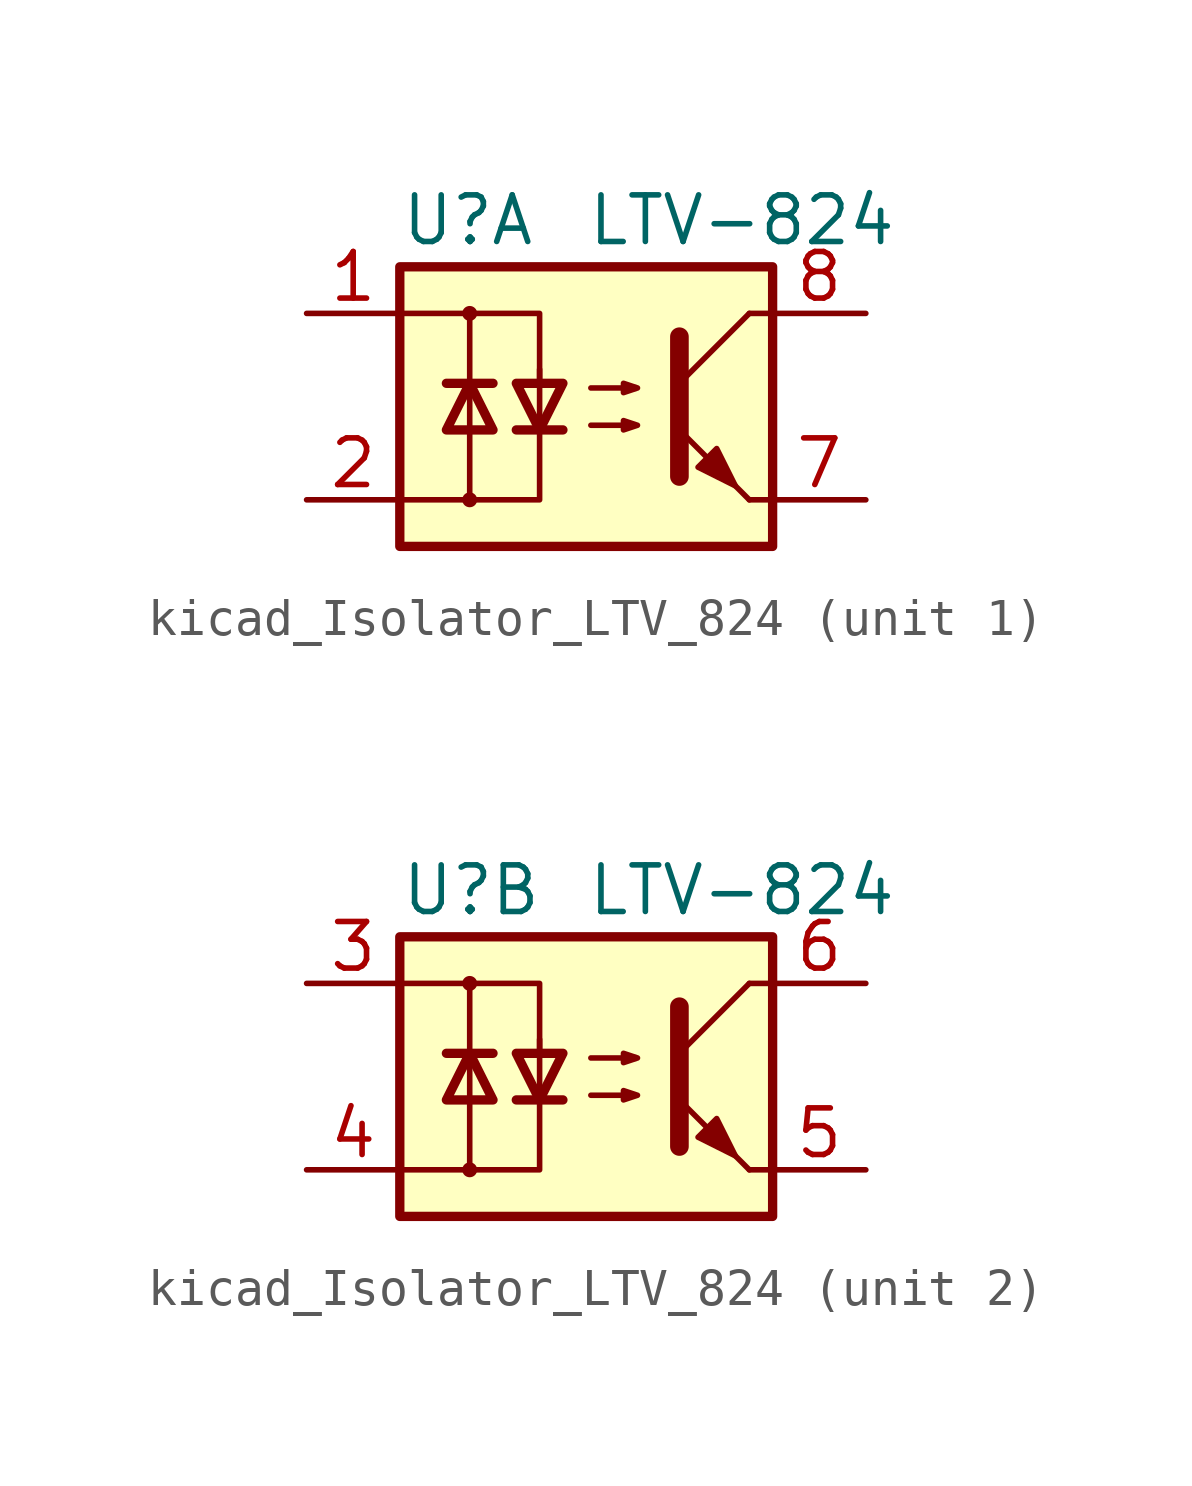
<source format=kicad_sym>
(kicad_symbol_lib
  (version 20220914)
  (generator kicad_symbol_editor)
  (symbol "kicad_Isolator_LTV_824"
    (pin_names
      (offset 1.016))
    (property "Reference" "U"
      (at -5.08 5.08 0)
      (effects (font (size 1.27 1.27)) (justify left)))
    (property "Value" "LTV-824"
      (at 0 5.08 0)
      (effects (font (size 1.27 1.27)) (justify left)))
    (symbol "kicad_Isolator_LTV_824_0_1"
      (rectangle (start -5.08 3.81) (end 5.08 -3.81) (stroke (width 0.254) (type default)) (fill (type background)))
      (circle (center -3.175 -2.54) (radius 0.127) (stroke (width 0) (type default)) (fill (type none)))
      (circle (center -3.175 2.54) (radius 0.127) (stroke (width 0) (type default)) (fill (type none)))
      (polyline (pts (xy -3.81 0.635) (xy -2.54 0.635)) (stroke (width 0.254) (type default)) (fill (type none)))
      (polyline (pts (xy -3.175 0.635) (xy -3.175 -2.54)) (stroke (width 0) (type default)) (fill (type none)))
      (polyline (pts (xy -3.175 0.635) (xy -3.175 2.54)) (stroke (width 0) (type default)) (fill (type none)))
      (polyline (pts (xy -1.905 -0.635) (xy -0.635 -0.635)) (stroke (width 0.254) (type default)) (fill (type none)))
      (polyline (pts (xy 2.54 0.635) (xy 4.445 2.54)) (stroke (width 0) (type default)) (fill (type none)))
      (polyline (pts (xy 4.445 -2.54) (xy 2.54 -0.635)) (stroke (width 0) (type default)) (fill (type outline)))
      (polyline (pts (xy 4.445 -2.54) (xy 5.08 -2.54)) (stroke (width 0) (type default)) (fill (type none)))
      (polyline (pts (xy 4.445 2.54) (xy 5.08 2.54)) (stroke (width 0) (type default)) (fill (type none)))
      (polyline (pts (xy -5.08 2.54) (xy -1.27 2.54) (xy -1.27 0.635)) (stroke (width 0) (type default)) (fill (type none)))
      (polyline (pts (xy -1.27 1.016) (xy -1.27 -2.54) (xy -5.08 -2.54)) (stroke (width 0) (type default)) (fill (type none)))
      (polyline (pts (xy 2.54 1.905) (xy 2.54 -1.905) (xy 2.54 -1.905)) (stroke (width 0.508) (type default)) (fill (type none)))
      (polyline (pts (xy -3.175 0.635) (xy -3.81 -0.635) (xy -2.54 -0.635) (xy -3.175 0.635)) (stroke (width 0.254) (type default)) (fill (type none)))
      (polyline (pts (xy -1.27 -0.635) (xy -1.905 0.635) (xy -0.635 0.635) (xy -1.27 -0.635)) (stroke (width 0.254) (type default)) (fill (type none)))
      (polyline (pts (xy 0.127 -0.508) (xy 1.397 -0.508) (xy 1.016 -0.635) (xy 1.016 -0.381) (xy 1.397 -0.508)) (stroke (width 0) (type default)) (fill (type none)))
      (polyline (pts (xy 0.127 0.508) (xy 1.397 0.508) (xy 1.016 0.381) (xy 1.016 0.635) (xy 1.397 0.508)) (stroke (width 0) (type default)) (fill (type none)))
      (polyline (pts (xy 3.048 -1.651) (xy 3.556 -1.143) (xy 4.064 -2.159) (xy 3.048 -1.651) (xy 3.048 -1.651)) (stroke (width 0) (type default)) (fill (type outline))))
    (symbol "kicad_Isolator_LTV_824_1_1"
      (pin passive line (at -7.62 2.54 0) (length 2.54) (name "~" (effects (font (size 1.27 1.27)))) (number "1" (effects (font (size 1.27 1.27)))))
      (pin passive line (at -7.62 -2.54 0) (length 2.54) (name "~" (effects (font (size 1.27 1.27)))) (number "2" (effects (font (size 1.27 1.27)))))
      (pin passive line (at 7.62 -2.54 180) (length 2.54) (name "~" (effects (font (size 1.27 1.27)))) (number "7" (effects (font (size 1.27 1.27)))))
      (pin passive line (at 7.62 2.54 180) (length 2.54) (name "~" (effects (font (size 1.27 1.27)))) (number "8" (effects (font (size 1.27 1.27))))))
    (symbol "kicad_Isolator_LTV_824_2_1"
      (pin passive line (at -7.62 2.54 0) (length 2.54) (name "~" (effects (font (size 1.27 1.27)))) (number "3" (effects (font (size 1.27 1.27)))))
      (pin passive line (at -7.62 -2.54 0) (length 2.54) (name "~" (effects (font (size 1.27 1.27)))) (number "4" (effects (font (size 1.27 1.27)))))
      (pin passive line (at 7.62 -2.54 180) (length 2.54) (name "~" (effects (font (size 1.27 1.27)))) (number "5" (effects (font (size 1.27 1.27)))))
      (pin passive line (at 7.62 2.54 180) (length 2.54) (name "~" (effects (font (size 1.27 1.27)))) (number "6" (effects (font (size 1.27 1.27))))))))
</source>
